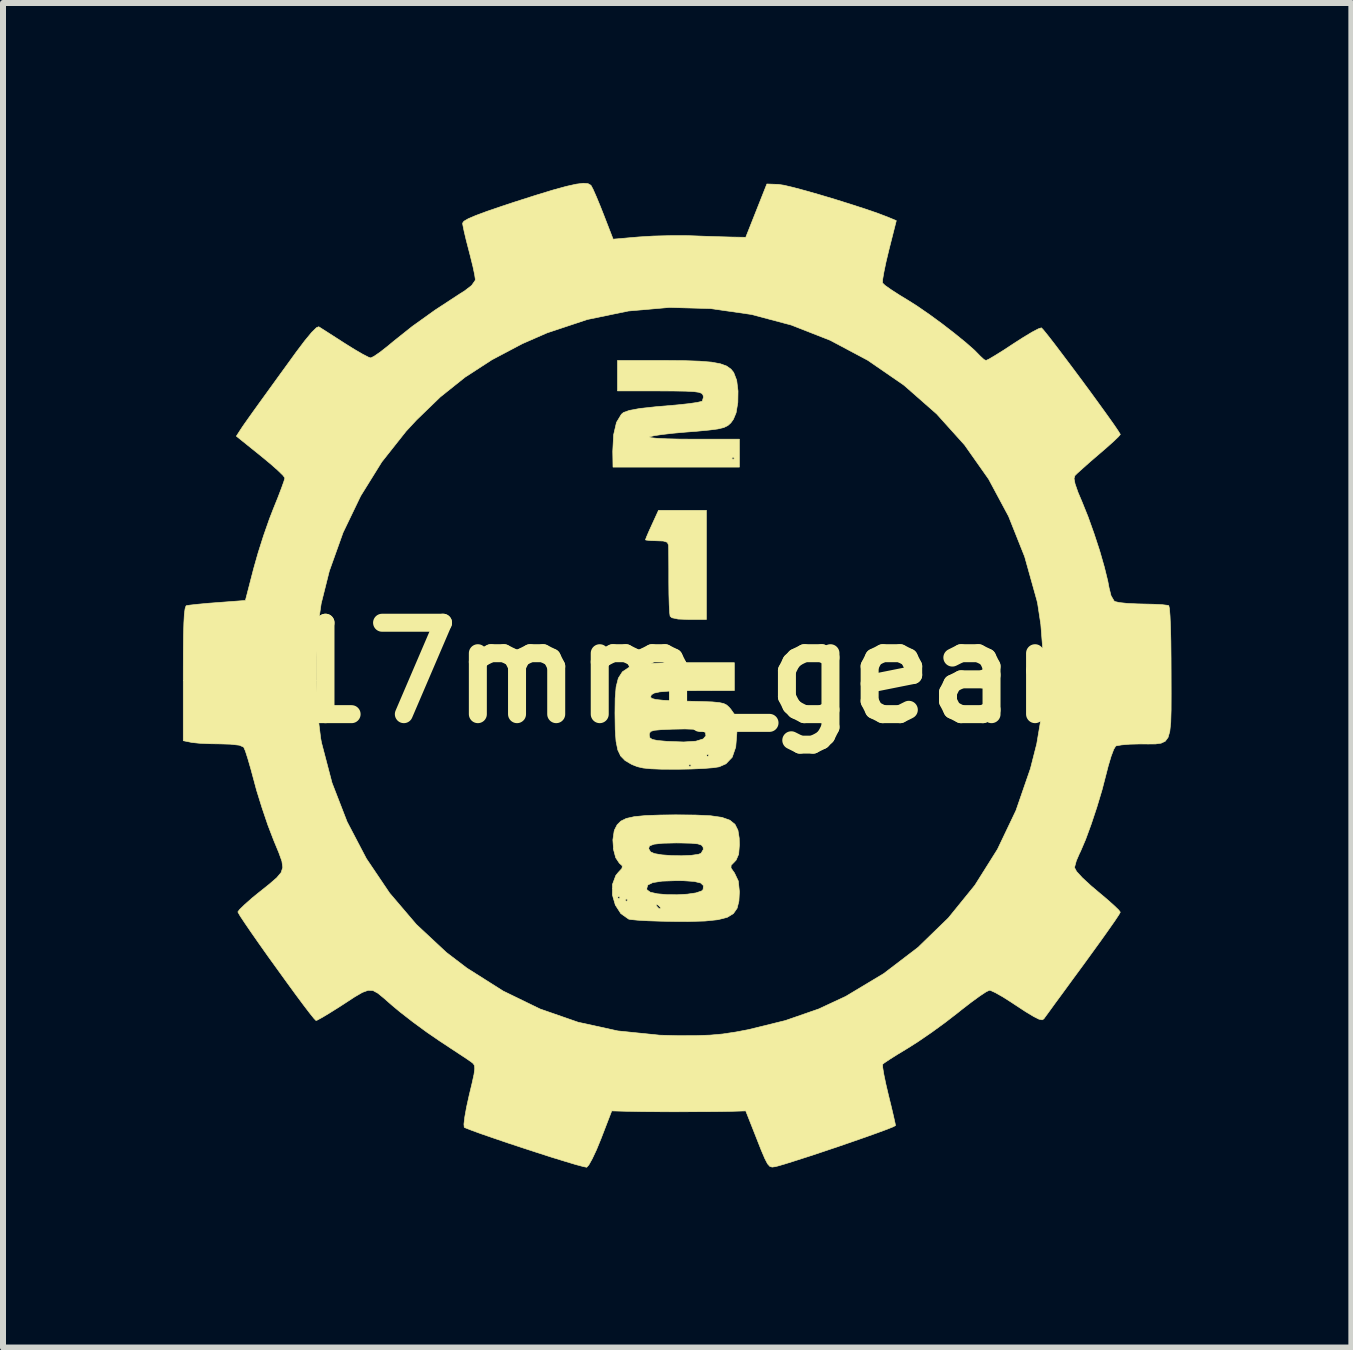
<source format=kicad_pcb>
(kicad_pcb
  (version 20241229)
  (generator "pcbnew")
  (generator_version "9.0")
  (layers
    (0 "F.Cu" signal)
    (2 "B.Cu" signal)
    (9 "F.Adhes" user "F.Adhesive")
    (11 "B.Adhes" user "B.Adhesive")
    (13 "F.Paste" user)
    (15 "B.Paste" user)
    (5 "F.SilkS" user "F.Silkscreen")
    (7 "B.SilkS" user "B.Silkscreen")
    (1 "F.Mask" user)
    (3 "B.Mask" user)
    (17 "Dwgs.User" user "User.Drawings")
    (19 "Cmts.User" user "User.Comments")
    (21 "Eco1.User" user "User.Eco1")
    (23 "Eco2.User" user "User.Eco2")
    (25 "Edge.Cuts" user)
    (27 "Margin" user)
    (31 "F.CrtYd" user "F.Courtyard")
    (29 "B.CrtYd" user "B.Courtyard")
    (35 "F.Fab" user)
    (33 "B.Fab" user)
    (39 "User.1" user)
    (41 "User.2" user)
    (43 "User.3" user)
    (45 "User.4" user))
  (footprint "17mm_gear"
    (layer "F.Cu")
    (at 8.218 8.166)
    (property "Reference" "17mm_gear" (at 0 0 0) (layer "F.SilkS") (effects (font (size 1.524 1.524) (thickness 0.3))))
    (attr through_hole)
    (fp_poly (pts (xy 0.508 -0.889) (xy 0.216 -0.889) (xy 0.036 -0.896) (xy -0.067 -0.918) (xy -0.097 -0.944) (xy -0.105 -1.006) (xy -0.112 -1.134) (xy -0.117 -1.31) (xy -0.119 -1.515) (xy -0.119 -1.526) (xy -0.119 -1.735) (xy -0.12 -1.917) (xy -0.121 -2.054) (xy -0.123 -2.126) (xy -0.123 -2.127) (xy -0.143 -2.175) (xy -0.211 -2.197) (xy -0.318 -2.201) (xy -0.431 -2.205) (xy -0.499 -2.213) (xy -0.508 -2.217) (xy -0.492 -2.261) (xy -0.45 -2.359) (xy -0.399 -2.471) (xy -0.29 -2.709) (xy 0.508 -2.709) (xy 0.508 -0.889)) (stroke (width 0.01) (type solid)) (fill yes) (layer "F.SilkS"))
    (fp_poly (pts (xy -0.201 -5.207) (xy 0.134 -5.204) (xy 0.396 -5.195) (xy 0.594 -5.179) (xy 0.74 -5.152) (xy 0.845 -5.114) (xy 0.918 -5.062) (xy 0.963 -5.006) (xy 1.013 -4.876) (xy 1.035 -4.698) (xy 1.032 -4.507) (xy 1.003 -4.334) (xy 0.958 -4.226) (xy 0.915 -4.166) (xy 0.866 -4.122) (xy 0.799 -4.089) (xy 0.698 -4.065) (xy 0.549 -4.046) (xy 0.34 -4.026) (xy 0.169 -4.013) (xy -0.044 -3.994) (xy -0.227 -3.973) (xy -0.363 -3.953) (xy -0.436 -3.935) (xy -0.442 -3.932) (xy -0.416 -3.919) (xy -0.316 -3.909) (xy -0.151 -3.901) (xy 0.066 -3.896) (xy 0.288 -3.895) (xy 1.058 -3.895) (xy 1.058 -3.429) (xy -1.049 -3.429) (xy -1.051 -3.577) (xy 0.931 -3.577) (xy 0.953 -3.556) (xy 0.974 -3.577) (xy 0.953 -3.598) (xy 0.931 -3.577) (xy -1.051 -3.577) (xy -1.053 -3.692) (xy -1.039 -3.967) (xy -0.991 -4.174) (xy -0.909 -4.31) (xy -0.873 -4.34) (xy -0.774 -4.375) (xy -0.593 -4.408) (xy -0.33 -4.436) (xy -0.186 -4.448) (xy 0.03 -4.467) (xy 0.216 -4.487) (xy 0.355 -4.507) (xy 0.431 -4.525) (xy 0.44 -4.529) (xy 0.459 -4.596) (xy 0.451 -4.633) (xy 0.431 -4.658) (xy 0.384 -4.676) (xy 0.298 -4.688) (xy 0.162 -4.695) (xy -0.036 -4.698) (xy -0.274 -4.699) (xy -0.974 -4.699) (xy -0.974 -5.207) (xy -0.201 -5.207)) (stroke (width 0.01) (type solid)) (fill yes) (layer "F.SilkS"))
    (fp_poly (pts (xy 0.974 0.296) (xy 0.37 0.297) (xy 0.085 0.299) (xy -0.125 0.306) (xy -0.271 0.318) (xy -0.363 0.338) (xy -0.41 0.367) (xy -0.423 0.404) (xy -0.403 0.427) (xy -0.336 0.445) (xy -0.213 0.458) (xy -0.023 0.467) (xy 0.194 0.473) (xy 0.434 0.479) (xy 0.605 0.485) (xy 0.721 0.496) (xy 0.796 0.512) (xy 0.847 0.538) (xy 0.888 0.576) (xy 0.914 0.606) (xy 0.972 0.688) (xy 1.003 0.783) (xy 1.015 0.919) (xy 1.016 1.001) (xy 0.997 1.238) (xy 0.938 1.408) (xy 0.834 1.517) (xy 0.721 1.567) (xy 0.623 1.582) (xy 0.461 1.595) (xy 0.257 1.604) (xy 0.033 1.608) (xy 0 1.608) (xy -0.242 1.607) (xy -0.417 1.6) (xy -0.545 1.587) (xy -0.642 1.565) (xy -0.692 1.545) (xy 0.212 1.545) (xy 0.233 1.566) (xy 0.254 1.545) (xy 0.233 1.524) (xy 0.212 1.545) (xy -0.692 1.545) (xy -0.726 1.532) (xy -0.748 1.521) (xy -0.848 1.462) (xy -0.92 1.388) (xy -0.926 1.376) (xy 0.508 1.376) (xy 0.529 1.397) (xy 0.55 1.376) (xy 0.529 1.355) (xy 0.508 1.376) (xy -0.926 1.376) (xy -0.969 1.287) (xy -0.998 1.144) (xy -1.006 1.037) (xy -0.445 1.037) (xy -0.435 1.083) (xy -0.394 1.111) (xy -0.305 1.129) (xy -0.148 1.143) (xy -0.148 1.143) (xy 0.13 1.153) (xy 0.332 1.14) (xy 0.456 1.102) (xy 0.5 1.049) (xy 0.492 0.997) (xy 0.437 0.962) (xy 0.326 0.942) (xy 0.15 0.936) (xy -0.064 0.94) (xy -0.245 0.948) (xy -0.357 0.958) (xy -0.418 0.976) (xy -0.441 1.006) (xy -0.445 1.037) (xy -1.006 1.037) (xy -1.012 0.945) (xy -1.016 0.676) (xy -1.016 0.67) (xy -1.013 0.425) (xy -0.997 0.234) (xy -0.96 0.089) (xy -0.892 -0.017) (xy -0.785 -0.089) (xy -0.628 -0.134) (xy -0.413 -0.158) (xy -0.131 -0.168) (xy 0.189 -0.169) (xy 0.974 -0.169) (xy 0.974 0.296)) (stroke (width 0.01) (type solid)) (fill yes) (layer "F.SilkS"))
    (fp_poly (pts (xy 0.324 2.371) (xy 0.578 2.383) (xy 0.767 2.41) (xy 0.899 2.457) (xy 0.985 2.527) (xy 1.034 2.625) (xy 1.055 2.756) (xy 1.058 2.869) (xy 1.046 3.024) (xy 1.003 3.123) (xy 0.975 3.153) (xy 0.92 3.209) (xy 0.918 3.254) (xy 0.969 3.327) (xy 0.975 3.334) (xy 1.04 3.471) (xy 1.058 3.649) (xy 1.05 3.805) (xy 1.02 3.925) (xy 0.958 4.014) (xy 0.854 4.077) (xy 0.7 4.116) (xy 0.487 4.138) (xy 0.204 4.146) (xy -0.012 4.145) (xy -0.251 4.141) (xy -0.465 4.134) (xy -0.638 4.124) (xy -0.753 4.113) (xy -0.788 4.106) (xy -0.918 4.014) (xy -1.01 3.871) (xy -1.012 3.864) (xy -0.332 3.864) (xy -0.322 3.888) (xy -0.279 3.934) (xy -0.254 3.924) (xy -0.254 3.918) (xy -0.284 3.883) (xy -0.303 3.869) (xy -0.332 3.864) (xy -1.012 3.864) (xy -1.034 3.789) (xy -0.847 3.789) (xy -0.826 3.81) (xy -0.804 3.789) (xy -0.826 3.768) (xy -0.847 3.789) (xy -1.034 3.789) (xy -1.046 3.747) (xy -0.974 3.747) (xy -0.953 3.768) (xy -0.931 3.747) (xy -0.953 3.725) (xy -0.974 3.747) (xy -1.046 3.747) (xy -1.059 3.701) (xy -1.058 3.597) (xy -0.487 3.597) (xy -0.481 3.62) (xy -0.426 3.658) (xy -0.309 3.684) (xy -0.152 3.698) (xy 0.022 3.7) (xy 0.191 3.69) (xy 0.334 3.669) (xy 0.429 3.637) (xy 0.453 3.613) (xy 0.459 3.548) (xy 0.413 3.504) (xy 0.305 3.478) (xy 0.127 3.466) (xy 0.001 3.465) (xy -0.231 3.473) (xy -0.385 3.497) (xy -0.468 3.537) (xy -0.487 3.597) (xy -1.058 3.597) (xy -1.058 3.528) (xy -1.002 3.378) (xy -0.962 3.329) (xy -0.899 3.26) (xy -0.894 3.218) (xy -0.944 3.172) (xy -0.945 3.171) (xy -1.004 3.082) (xy -1.041 2.943) (xy -1.041 2.931) (xy -0.455 2.931) (xy -0.422 2.986) (xy -0.357 3.014) (xy -0.233 3.035) (xy -0.073 3.047) (xy 0.097 3.05) (xy 0.254 3.043) (xy 0.374 3.026) (xy 0.419 3.009) (xy 0.457 2.944) (xy 0.452 2.904) (xy 0.426 2.872) (xy 0.366 2.852) (xy 0.258 2.841) (xy 0.087 2.837) (xy 0.004 2.836) (xy -0.219 2.841) (xy -0.364 2.857) (xy -0.441 2.886) (xy -0.455 2.931) (xy -1.041 2.931) (xy -1.051 2.785) (xy -1.03 2.641) (xy -1.022 2.616) (xy -0.98 2.534) (xy -0.919 2.473) (xy -0.828 2.428) (xy -0.694 2.398) (xy -0.508 2.38) (xy -0.258 2.371) (xy -0.005 2.368) (xy 0.324 2.371)) (stroke (width 0.01) (type solid)) (fill yes) (layer "F.SilkS"))
    (fp_poly (pts (xy -1.466 -8.155) (xy -1.42 -8.129) (xy -1.414 -8.122) (xy -1.381 -8.06) (xy -1.327 -7.938) (xy -1.26 -7.776) (xy -1.209 -7.647) (xy -1.047 -7.229) (xy -0.619 -7.266) (xy -0.373 -7.281) (xy -0.092 -7.288) (xy 0.175 -7.288) (xy 0.254 -7.286) (xy 0.47 -7.278) (xy 0.683 -7.271) (xy 0.861 -7.266) (xy 0.931 -7.264) (xy 1.164 -7.26) (xy 1.516 -8.149) (xy 1.709 -8.142) (xy 1.801 -8.128) (xy 1.958 -8.091) (xy 2.163 -8.036) (xy 2.401 -7.968) (xy 2.655 -7.892) (xy 2.91 -7.812) (xy 3.151 -7.734) (xy 3.361 -7.662) (xy 3.524 -7.6) (xy 3.541 -7.593) (xy 3.674 -7.538) (xy 3.549 -7.044) (xy 3.502 -6.848) (xy 3.467 -6.679) (xy 3.446 -6.557) (xy 3.444 -6.499) (xy 3.486 -6.458) (xy 3.587 -6.387) (xy 3.728 -6.296) (xy 3.853 -6.22) (xy 4.024 -6.112) (xy 4.224 -5.974) (xy 4.436 -5.819) (xy 4.643 -5.659) (xy 4.83 -5.507) (xy 4.979 -5.376) (xy 5.074 -5.279) (xy 5.075 -5.278) (xy 5.137 -5.221) (xy 5.17 -5.207) (xy 5.218 -5.229) (xy 5.321 -5.29) (xy 5.464 -5.379) (xy 5.628 -5.487) (xy 5.795 -5.594) (xy 5.938 -5.68) (xy 6.043 -5.735) (xy 6.093 -5.751) (xy 6.127 -5.715) (xy 6.203 -5.621) (xy 6.312 -5.481) (xy 6.445 -5.305) (xy 6.595 -5.106) (xy 6.753 -4.894) (xy 6.911 -4.68) (xy 7.06 -4.475) (xy 7.192 -4.292) (xy 7.3 -4.14) (xy 7.374 -4.031) (xy 7.407 -3.977) (xy 7.408 -3.973) (xy 7.378 -3.937) (xy 7.296 -3.858) (xy 7.175 -3.75) (xy 7.053 -3.645) (xy 6.904 -3.517) (xy 6.777 -3.404) (xy 6.686 -3.322) (xy 6.651 -3.287) (xy 6.637 -3.238) (xy 6.654 -3.149) (xy 6.703 -3.008) (xy 6.77 -2.85) (xy 6.87 -2.602) (xy 6.97 -2.322) (xy 7.064 -2.035) (xy 7.142 -1.763) (xy 7.199 -1.531) (xy 7.22 -1.42) (xy 7.254 -1.284) (xy 7.304 -1.199) (xy 7.319 -1.188) (xy 7.391 -1.171) (xy 7.524 -1.157) (xy 7.696 -1.149) (xy 7.783 -1.147) (xy 7.96 -1.143) (xy 8.105 -1.136) (xy 8.196 -1.125) (xy 8.216 -1.12) (xy 8.227 -1.072) (xy 8.237 -0.95) (xy 8.245 -0.764) (xy 8.251 -0.524) (xy 8.254 -0.24) (xy 8.255 0.001) (xy 8.256 0.349) (xy 8.255 0.622) (xy 8.249 0.828) (xy 8.233 0.977) (xy 8.204 1.078) (xy 8.157 1.141) (xy 8.089 1.173) (xy 7.996 1.186) (xy 7.874 1.187) (xy 7.739 1.186) (xy 7.569 1.19) (xy 7.429 1.202) (xy 7.342 1.217) (xy 7.331 1.222) (xy 7.298 1.277) (xy 7.254 1.394) (xy 7.206 1.556) (xy 7.175 1.677) (xy 7.104 1.951) (xy 7.017 2.241) (xy 6.923 2.524) (xy 6.83 2.778) (xy 6.745 2.977) (xy 6.726 3.015) (xy 6.675 3.133) (xy 6.648 3.232) (xy 6.646 3.25) (xy 6.679 3.312) (xy 6.772 3.414) (xy 6.916 3.547) (xy 7.027 3.641) (xy 7.177 3.767) (xy 7.299 3.875) (xy 7.381 3.954) (xy 7.408 3.99) (xy 7.384 4.034) (xy 7.317 4.135) (xy 7.212 4.285) (xy 7.077 4.475) (xy 6.919 4.693) (xy 6.784 4.879) (xy 6.611 5.114) (xy 6.455 5.328) (xy 6.321 5.51) (xy 6.219 5.651) (xy 6.153 5.741) (xy 6.133 5.769) (xy 6.105 5.785) (xy 6.051 5.774) (xy 5.962 5.729) (xy 5.826 5.647) (xy 5.634 5.521) (xy 5.598 5.497) (xy 5.452 5.404) (xy 5.327 5.333) (xy 5.244 5.295) (xy 5.227 5.292) (xy 5.173 5.317) (xy 5.067 5.387) (xy 4.924 5.491) (xy 4.757 5.62) (xy 4.705 5.662) (xy 4.493 5.826) (xy 4.261 5.995) (xy 4.036 6.149) (xy 3.856 6.263) (xy 3.694 6.361) (xy 3.561 6.445) (xy 3.473 6.504) (xy 3.445 6.527) (xy 3.447 6.579) (xy 3.466 6.695) (xy 3.5 6.858) (xy 3.542 7.037) (xy 3.589 7.228) (xy 3.627 7.389) (xy 3.652 7.501) (xy 3.661 7.547) (xy 3.623 7.568) (xy 3.518 7.61) (xy 3.358 7.669) (xy 3.157 7.741) (xy 2.927 7.821) (xy 2.683 7.905) (xy 2.436 7.988) (xy 2.2 8.066) (xy 1.988 8.134) (xy 1.813 8.189) (xy 1.688 8.225) (xy 1.653 8.233) (xy 1.604 8.24) (xy 1.565 8.228) (xy 1.527 8.185) (xy 1.482 8.098) (xy 1.421 7.955) (xy 1.352 7.78) (xy 1.164 7.303) (xy 0.91 7.311) (xy 0.746 7.314) (xy 0.519 7.316) (xy 0.252 7.317) (xy -0.032 7.318) (xy -0.31 7.317) (xy -0.561 7.315) (xy -0.762 7.311) (xy -0.821 7.31) (xy -1.07 7.303) (xy -1.249 7.768) (xy -1.324 7.951) (xy -1.395 8.102) (xy -1.452 8.204) (xy -1.487 8.243) (xy -1.542 8.232) (xy -1.666 8.199) (xy -1.846 8.145) (xy -2.071 8.076) (xy -2.329 7.993) (xy -2.519 7.931) (xy -2.792 7.841) (xy -3.038 7.757) (xy -3.247 7.685) (xy -3.406 7.627) (xy -3.503 7.589) (xy -3.529 7.577) (xy -3.534 7.524) (xy -3.52 7.406) (xy -3.49 7.239) (xy -3.447 7.045) (xy -3.397 6.836) (xy -3.366 6.694) (xy -3.354 6.603) (xy -3.358 6.548) (xy -3.378 6.515) (xy -3.41 6.489) (xy -3.476 6.443) (xy -3.597 6.363) (xy -3.755 6.259) (xy -3.932 6.142) (xy -3.937 6.139) (xy -4.154 5.99) (xy -4.387 5.819) (xy -4.604 5.65) (xy -4.729 5.546) (xy -4.867 5.425) (xy -4.968 5.342) (xy -5.05 5.297) (xy -5.131 5.293) (xy -5.227 5.328) (xy -5.356 5.403) (xy -5.535 5.52) (xy -5.614 5.571) (xy -5.767 5.667) (xy -5.893 5.743) (xy -5.977 5.789) (xy -6 5.797) (xy -6.033 5.763) (xy -6.107 5.671) (xy -6.213 5.532) (xy -6.343 5.357) (xy -6.489 5.157) (xy -6.644 4.942) (xy -6.8 4.726) (xy -6.947 4.518) (xy -7.079 4.329) (xy -7.187 4.171) (xy -7.264 4.055) (xy -7.3 3.992) (xy -7.303 3.986) (xy -7.271 3.943) (xy -7.187 3.862) (xy -7.065 3.754) (xy -6.963 3.671) (xy -6.78 3.525) (xy -6.655 3.417) (xy -6.581 3.329) (xy -6.554 3.243) (xy -6.569 3.139) (xy -6.619 3) (xy -6.699 2.807) (xy -6.707 2.787) (xy -6.803 2.537) (xy -6.901 2.247) (xy -6.99 1.961) (xy -7.033 1.801) (xy -7.087 1.601) (xy -7.137 1.429) (xy -7.178 1.302) (xy -7.206 1.239) (xy -7.207 1.238) (xy -7.278 1.207) (xy -7.429 1.19) (xy -7.599 1.185) (xy -7.781 1.182) (xy -7.947 1.174) (xy -8.066 1.162) (xy -8.08 1.159) (xy -8.213 1.132) (xy -8.213 0.127) (xy -5.989 0.127) (xy -5.979 0.486) (xy -5.956 0.816) (xy -5.922 1.092) (xy -5.909 1.163) (xy -5.733 1.835) (xy -5.482 2.483) (xy -5.16 3.098) (xy -4.773 3.672) (xy -4.326 4.196) (xy -3.825 4.663) (xy -3.484 4.923) (xy -2.88 5.305) (xy -2.265 5.604) (xy -1.63 5.825) (xy -0.968 5.97) (xy -0.27 6.041) (xy 0.037 6.049) (xy 0.331 6.048) (xy 0.569 6.04) (xy 0.78 6.021) (xy 0.994 5.989) (xy 1.205 5.949) (xy 1.824 5.797) (xy 2.38 5.604) (xy 2.831 5.394) (xy 3.464 5.014) (xy 4.035 4.578) (xy 4.542 4.086) (xy 4.984 3.541) (xy 5.36 2.943) (xy 5.669 2.295) (xy 5.91 1.597) (xy 6.015 1.185) (xy 6.073 0.84) (xy 6.109 0.443) (xy 6.123 0.019) (xy 6.114 -0.406) (xy 6.083 -0.806) (xy 6.03 -1.154) (xy 6.018 -1.206) (xy 5.814 -1.935) (xy 5.546 -2.608) (xy 5.213 -3.229) (xy 4.813 -3.797) (xy 4.347 -4.315) (xy 3.813 -4.784) (xy 3.789 -4.803) (xy 3.196 -5.211) (xy 2.572 -5.543) (xy 1.924 -5.797) (xy 1.258 -5.974) (xy 0.578 -6.072) (xy -0.108 -6.091) (xy -0.795 -6.031) (xy -1.476 -5.89) (xy -2.147 -5.667) (xy -2.561 -5.486) (xy -3.068 -5.218) (xy -3.515 -4.928) (xy -3.927 -4.599) (xy -4.325 -4.214) (xy -4.5 -4.025) (xy -4.903 -3.516) (xy -5.255 -2.949) (xy -5.549 -2.338) (xy -5.778 -1.697) (xy -5.914 -1.154) (xy -5.95 -0.903) (xy -5.975 -0.59) (xy -5.988 -0.24) (xy -5.989 0.127) (xy -8.213 0.127) (xy -8.213 0.015) (xy -8.212 -0.341) (xy -8.209 -0.62) (xy -8.203 -0.828) (xy -8.195 -0.975) (xy -8.183 -1.067) (xy -8.168 -1.112) (xy -8.16 -1.12) (xy -8.098 -1.129) (xy -7.971 -1.143) (xy -7.8 -1.159) (xy -7.642 -1.171) (xy -7.177 -1.206) (xy -7.04 -1.736) (xy -6.966 -1.997) (xy -6.874 -2.287) (xy -6.777 -2.564) (xy -6.711 -2.734) (xy -6.636 -2.92) (xy -6.575 -3.08) (xy -6.534 -3.195) (xy -6.519 -3.249) (xy -6.551 -3.292) (xy -6.636 -3.375) (xy -6.762 -3.486) (xy -6.917 -3.614) (xy -6.924 -3.62) (xy -7.328 -3.945) (xy -7.255 -4.058) (xy -7.226 -4.102) (xy -7.185 -4.161) (xy -7.127 -4.243) (xy -7.048 -4.354) (xy -6.941 -4.503) (xy -6.802 -4.695) (xy -6.625 -4.94) (xy -6.405 -5.243) (xy -6.332 -5.344) (xy -6.188 -5.535) (xy -6.073 -5.674) (xy -5.992 -5.754) (xy -5.954 -5.769) (xy -5.9 -5.735) (xy -5.792 -5.666) (xy -5.647 -5.573) (xy -5.526 -5.495) (xy -5.364 -5.394) (xy -5.225 -5.313) (xy -5.126 -5.262) (xy -5.088 -5.249) (xy -5.033 -5.276) (xy -4.931 -5.346) (xy -4.8 -5.449) (xy -4.71 -5.524) (xy -4.395 -5.775) (xy -4.018 -6.045) (xy -3.592 -6.324) (xy -3.524 -6.366) (xy -3.406 -6.457) (xy -3.348 -6.539) (xy -3.344 -6.559) (xy -3.355 -6.634) (xy -3.383 -6.768) (xy -3.425 -6.938) (xy -3.45 -7.035) (xy -3.496 -7.213) (xy -3.532 -7.365) (xy -3.553 -7.469) (xy -3.556 -7.497) (xy -3.534 -7.528) (xy -3.464 -7.569) (xy -3.338 -7.623) (xy -3.15 -7.693) (xy -2.892 -7.781) (xy -2.693 -7.847) (xy -2.336 -7.961) (xy -2.051 -8.048) (xy -1.829 -8.109) (xy -1.663 -8.146) (xy -1.545 -8.161) (xy -1.466 -8.155)) (stroke (width 0.01) (type solid)) (fill yes) (layer "F.SilkS")))
  (gr_rect
    (start -3 -3)
    (end 19.478 19.414)
    (stroke (width 0.1) (type default))
    (fill no)
    (layer "Edge.Cuts")))
</source>
